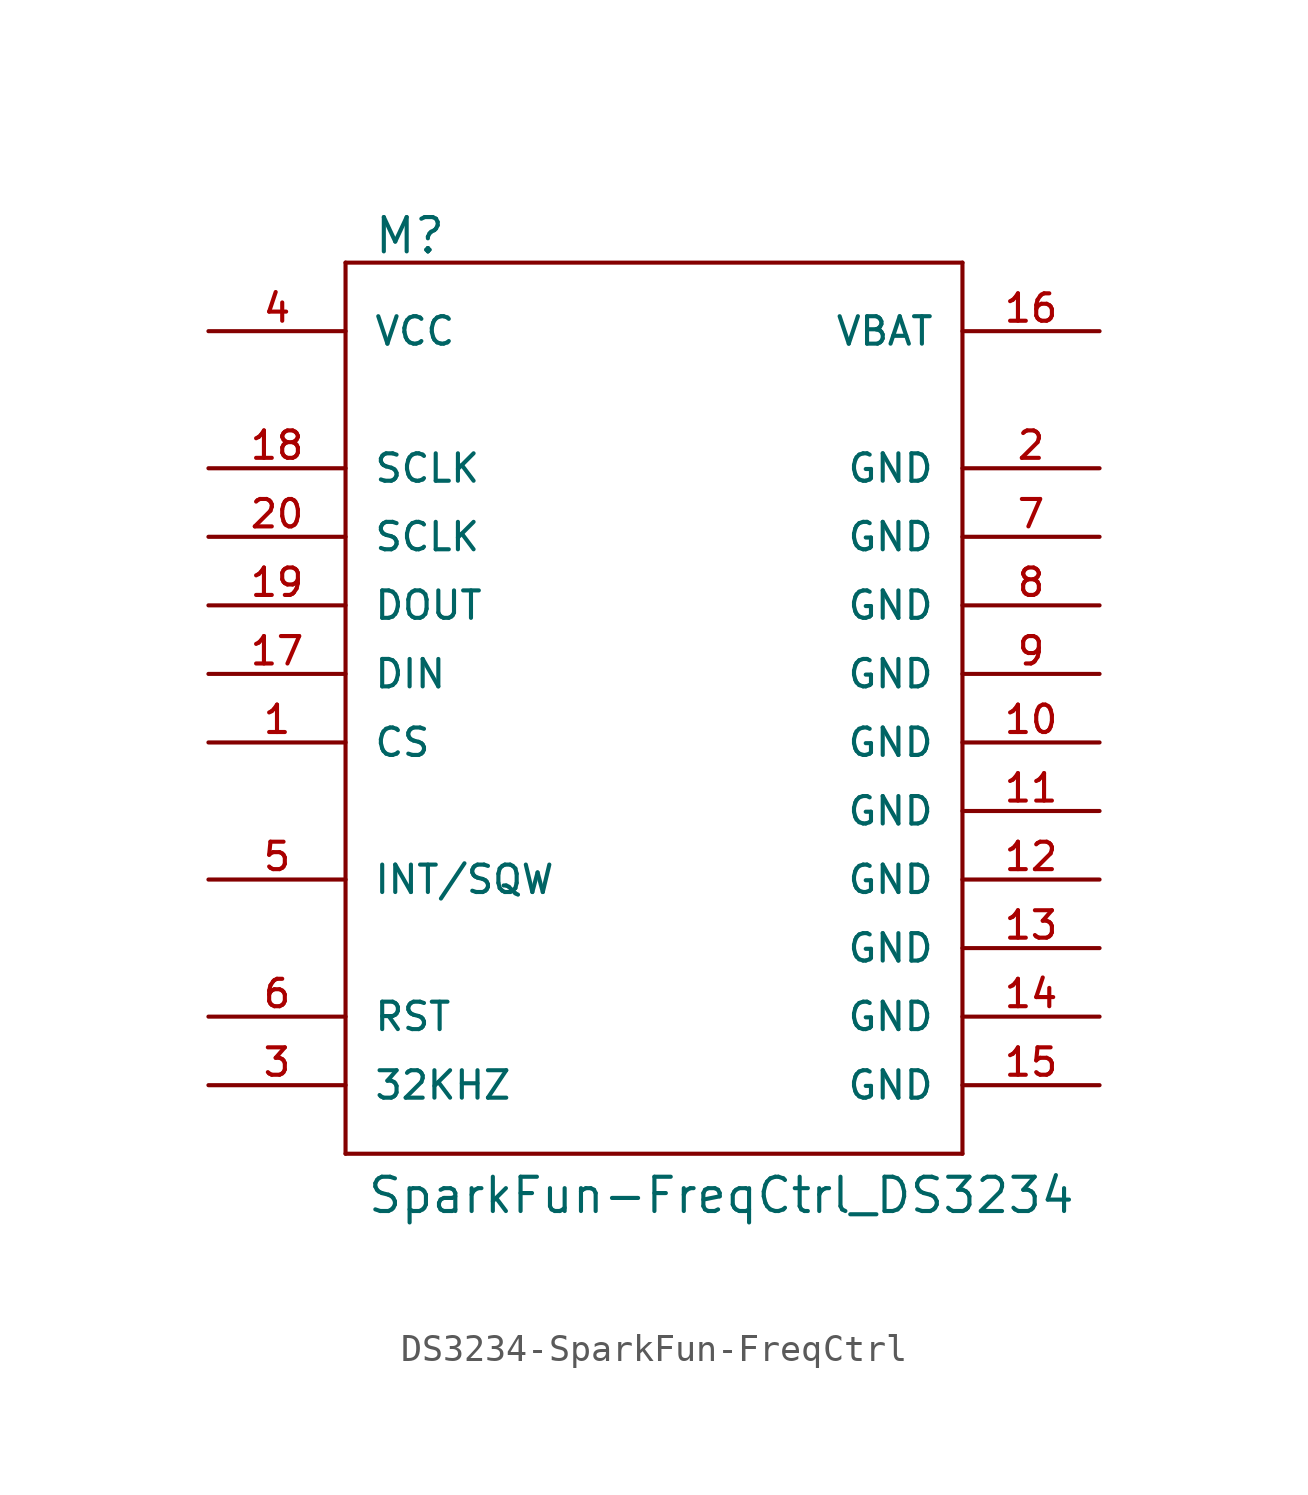
<source format=kicad_sym>
(kicad_symbol_lib
  (version 20220914)
  (generator kicad_symbol_editor)
  (symbol "DS3234-SparkFun-FreqCtrl"
    (pin_names
      (offset 1.016))
    (property "Reference" "M"
      (at -9.144 15.494 0)
      (effects (font (size 1.27 1.27)) (justify left bottom)))
    (property "Value" "SparkFun-FreqCtrl_DS3234"
      (at -9.398 -20.066 0)
      (effects (font (size 1.27 1.27)) (justify left bottom)))
    (property "ki_locked" ""
      (at 0 0 0)
      (effects (font (size 1.27 1.27))))
    (symbol "DS3234-SparkFun-FreqCtrl_1_0"
      (polyline (pts (xy -10.16 -17.78) (xy 12.7 -17.78)) (stroke (width 0) (type solid)) (fill (type none)))
      (polyline (pts (xy -10.16 15.24) (xy -10.16 -17.78)) (stroke (width 0) (type solid)) (fill (type none)))
      (polyline (pts (xy 12.7 -17.78) (xy 12.7 15.24)) (stroke (width 0) (type solid)) (fill (type none)))
      (polyline (pts (xy 12.7 15.24) (xy -10.16 15.24)) (stroke (width 0) (type solid)) (fill (type none))))
    (symbol "DS3234-SparkFun-FreqCtrl_1_1"
      (pin input line (at -15.24 -2.54 0) (length 5.08) (name "CS" (effects (font (size 1.016 1.016)))) (number "1" (effects (font (size 1.016 1.016)))))
      (pin power_in line (at 17.78 -2.54 180) (length 5.08) (name "GND" (effects (font (size 1.016 1.016)))) (number "10" (effects (font (size 1.016 1.016)))))
      (pin power_in line (at 17.78 -5.08 180) (length 5.08) (name "GND" (effects (font (size 1.016 1.016)))) (number "11" (effects (font (size 1.016 1.016)))))
      (pin power_in line (at 17.78 -7.62 180) (length 5.08) (name "GND" (effects (font (size 1.016 1.016)))) (number "12" (effects (font (size 1.016 1.016)))))
      (pin power_in line (at 17.78 -10.16 180) (length 5.08) (name "GND" (effects (font (size 1.016 1.016)))) (number "13" (effects (font (size 1.016 1.016)))))
      (pin power_in line (at 17.78 -12.7 180) (length 5.08) (name "GND" (effects (font (size 1.016 1.016)))) (number "14" (effects (font (size 1.016 1.016)))))
      (pin power_in line (at 17.78 -15.24 180) (length 5.08) (name "GND" (effects (font (size 1.016 1.016)))) (number "15" (effects (font (size 1.016 1.016)))))
      (pin power_in line (at 17.78 12.7 180) (length 5.08) (name "VBAT" (effects (font (size 1.016 1.016)))) (number "16" (effects (font (size 1.016 1.016)))))
      (pin input line (at -15.24 0 0) (length 5.08) (name "DIN" (effects (font (size 1.016 1.016)))) (number "17" (effects (font (size 1.016 1.016)))))
      (pin input line (at -15.24 7.62 0) (length 5.08) (name "SCLK" (effects (font (size 1.016 1.016)))) (number "18" (effects (font (size 1.016 1.016)))))
      (pin output line (at -15.24 2.54 0) (length 5.08) (name "DOUT" (effects (font (size 1.016 1.016)))) (number "19" (effects (font (size 1.016 1.016)))))
      (pin power_in line (at 17.78 7.62 180) (length 5.08) (name "GND" (effects (font (size 1.016 1.016)))) (number "2" (effects (font (size 1.016 1.016)))))
      (pin input line (at -15.24 5.08 0) (length 5.08) (name "SCLK" (effects (font (size 1.016 1.016)))) (number "20" (effects (font (size 1.016 1.016)))))
      (pin output line (at -15.24 -15.24 0) (length 5.08) (name "32KHZ" (effects (font (size 1.016 1.016)))) (number "3" (effects (font (size 1.016 1.016)))))
      (pin power_in line (at -15.24 12.7 0) (length 5.08) (name "VCC" (effects (font (size 1.016 1.016)))) (number "4" (effects (font (size 1.016 1.016)))))
      (pin open_collector line (at -15.24 -7.62 0) (length 5.08) (name "INT/SQW" (effects (font (size 1.016 1.016)))) (number "5" (effects (font (size 1.016 1.016)))))
      (pin input line (at -15.24 -12.7 0) (length 5.08) (name "RST" (effects (font (size 1.016 1.016)))) (number "6" (effects (font (size 1.016 1.016)))))
      (pin power_in line (at 17.78 5.08 180) (length 5.08) (name "GND" (effects (font (size 1.016 1.016)))) (number "7" (effects (font (size 1.016 1.016)))))
      (pin power_in line (at 17.78 2.54 180) (length 5.08) (name "GND" (effects (font (size 1.016 1.016)))) (number "8" (effects (font (size 1.016 1.016)))))
      (pin power_in line (at 17.78 0 180) (length 5.08) (name "GND" (effects (font (size 1.016 1.016)))) (number "9" (effects (font (size 1.016 1.016))))))))
</source>
